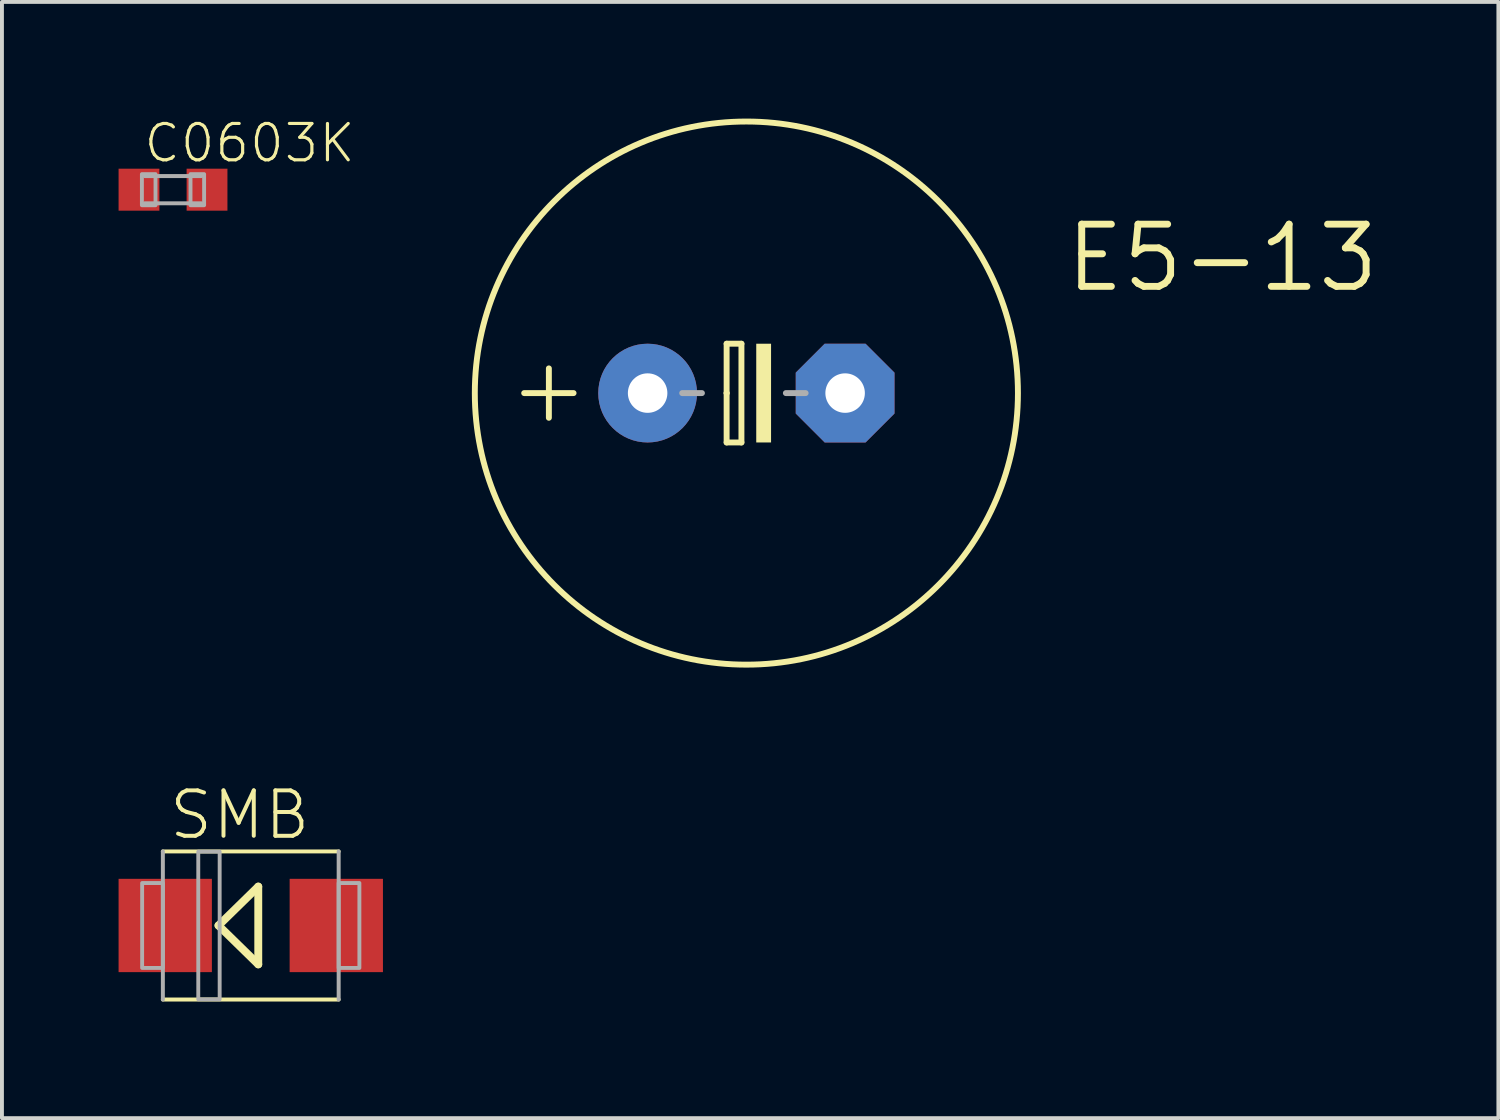
<source format=kicad_pcb>
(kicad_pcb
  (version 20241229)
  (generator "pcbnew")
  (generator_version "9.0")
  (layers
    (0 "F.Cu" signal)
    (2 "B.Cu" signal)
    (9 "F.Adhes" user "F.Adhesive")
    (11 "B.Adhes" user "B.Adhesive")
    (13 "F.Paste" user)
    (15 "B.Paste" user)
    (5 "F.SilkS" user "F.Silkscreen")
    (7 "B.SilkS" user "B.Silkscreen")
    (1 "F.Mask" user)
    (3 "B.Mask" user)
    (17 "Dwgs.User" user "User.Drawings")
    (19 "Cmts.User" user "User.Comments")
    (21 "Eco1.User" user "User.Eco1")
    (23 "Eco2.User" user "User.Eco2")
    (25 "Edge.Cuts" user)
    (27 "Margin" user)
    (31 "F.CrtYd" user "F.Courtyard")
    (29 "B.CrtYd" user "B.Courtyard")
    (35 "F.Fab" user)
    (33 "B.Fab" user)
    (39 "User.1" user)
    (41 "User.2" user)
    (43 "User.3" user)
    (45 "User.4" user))
  (footprint "SMB"
    (layer "F.Cu")
    (at 3.4 20.755)
    (property "Reference" "SMB" (at -2.159 -2.159 0) (layer "F.SilkS") (effects (font (size 1.168 1.168) (thickness 0.102)) (justify left bottom)))
    (fp_line (start -2.261 -1.905) (end 2.261 -1.905) (stroke (width 0.102) (type solid)) (layer "F.SilkS"))
    (fp_line (start -2.261 1.905) (end 2.261 1.905) (stroke (width 0.102) (type solid)) (layer "F.SilkS"))
    (fp_line (start -0.83 0) (end 0.193 1) (stroke (width 0.203) (type solid)) (layer "F.SilkS"))
    (fp_line (start 0.193 -1) (end -0.83 0) (stroke (width 0.203) (type solid)) (layer "F.SilkS"))
    (fp_line (start 0.193 1) (end 0.193 -1) (stroke (width 0.203) (type solid)) (layer "F.SilkS"))
    (fp_line (start -2.261 1.905) (end -2.261 -1.905) (stroke (width 0.102) (type solid)) (layer "F.Fab"))
    (fp_line (start 2.261 1.905) (end 2.261 -1.905) (stroke (width 0.102) (type solid)) (layer "F.Fab"))
    (fp_poly (pts (xy -2.794 1.092) (xy -2.261 1.092) (xy -2.261 -1.092) (xy -2.794 -1.092)) (stroke (width 0.1) (type default)) (fill no) (layer "F.Fab"))
    (fp_poly (pts (xy -1.35 1.9) (xy -0.8 1.9) (xy -0.8 -1.9) (xy -1.35 -1.9)) (stroke (width 0.1) (type default)) (fill no) (layer "F.Fab"))
    (fp_poly (pts (xy 2.261 1.092) (xy 2.794 1.092) (xy 2.794 -1.092) (xy 2.261 -1.092)) (stroke (width 0.1) (type default)) (fill no) (layer "F.Fab"))
    (pad "1" smd rect (at -2.2 0) (size 2.4 2.4) (layers "F.Cu" "F.Mask" "F.Paste"))
    (pad "2" smd rect (at 2.2 0) (size 2.4 2.4) (layers "F.Cu" "F.Mask" "F.Paste")))
  (footprint "C0603K"
    (layer "F.Cu")
    (at 1.4 1.829)
    (property "Reference" "C0603K" (at -0.8 -0.65 0) (layer "F.SilkS") (effects (font (size 0.935 0.935) (thickness 0.081)) (justify left bottom)))
    (fp_line (start -0.725 -0.35) (end 0.725 -0.35) (stroke (width 0.102) (type solid)) (layer "F.Fab"))
    (fp_line (start 0.725 0.35) (end -0.725 0.35) (stroke (width 0.102) (type solid)) (layer "F.Fab"))
    (fp_poly (pts (xy -0.8 0.4) (xy -0.45 0.4) (xy -0.45 -0.4) (xy -0.8 -0.4)) (stroke (width 0.1) (type default)) (fill no) (layer "F.Fab"))
    (fp_poly (pts (xy 0.45 0.4) (xy 0.8 0.4) (xy 0.8 -0.4) (xy 0.45 -0.4)) (stroke (width 0.1) (type default)) (fill no) (layer "F.Fab"))
    (pad "1" smd rect (at -0.875 0) (size 1.05 1.08) (layers "F.Cu" "F.Mask" "F.Paste"))
    (pad "2" smd rect (at 0.875 0) (size 1.05 1.08) (layers "F.Cu" "F.Mask" "F.Paste")))
  (footprint "E5-13"
    (layer "F.Cu")
    (at 16.148 7.315)
    (property "Reference" "E5-13" (at 8.128 -2.794 0) (layer "F.SilkS") (effects (font (size 1.6 1.6) (thickness 0.178)) (justify left bottom)))
    (fp_line (start -5.715 -0.254) (end -4.445 -0.254) (stroke (width 0.152) (type solid)) (layer "F.SilkS"))
    (fp_line (start -5.08 0.381) (end -5.08 -0.889) (stroke (width 0.152) (type solid)) (layer "F.SilkS"))
    (fp_line (start -0.508 -1.524) (end -0.508 -0.254) (stroke (width 0.152) (type solid)) (layer "F.SilkS"))
    (fp_line (start -0.508 -0.254) (end -0.508 -0.254) (stroke (width 0.152) (type solid)) (layer "F.SilkS"))
    (fp_line (start -0.508 -0.254) (end -0.508 1.016) (stroke (width 0.152) (type solid)) (layer "F.SilkS"))
    (fp_line (start -0.508 1.016) (end -0.127 1.016) (stroke (width 0.152) (type solid)) (layer "F.SilkS"))
    (fp_line (start -0.127 -1.524) (end -0.508 -1.524) (stroke (width 0.152) (type solid)) (layer "F.SilkS"))
    (fp_line (start -0.127 1.016) (end -0.127 -1.524) (stroke (width 0.152) (type solid)) (layer "F.SilkS"))
    (fp_line (start 0.381 -0.254) (end 0.508 -0.254) (stroke (width 0.152) (type solid)) (layer "F.SilkS"))
    (fp_circle (center 0 -0.254) (end 6.985 -0.254) (stroke (width 0.152) (type solid)) (fill no) (layer "F.SilkS"))
    (fp_poly (pts (xy 0.254 1.016) (xy 0.635 1.016) (xy 0.635 -1.524) (xy 0.254 -1.524)) (stroke (width 0) (type default)) (fill yes) (layer "F.SilkS"))
    (fp_line (start -1.651 -0.254) (end -1.143 -0.254) (stroke (width 0.152) (type solid)) (layer "F.Fab"))
    (fp_line (start 1.016 -0.254) (end 1.524 -0.254) (stroke (width 0.152) (type solid)) (layer "F.Fab"))
    (pad "1" thru_hole circle (at -2.54 -0.254) (size 2.54 2.54) (drill 1.016) (layers "*.Cu" "*.Mask"))
    (pad "2" thru_hole roundrect (at 2.54 -0.254) (size 2.54 2.54) (drill 1.016) (layers "*.Cu" "*.Mask") (roundrect_rratio 0.25) (chamfer_ratio 0.293) (chamfer top_left top_right bottom_left bottom_right)))
  (gr_rect
    (start -3 -3)
    (end 35.491 25.71)
    (stroke (width 0.1) (type default))
    (fill no)
    (layer "Edge.Cuts")))
</source>
